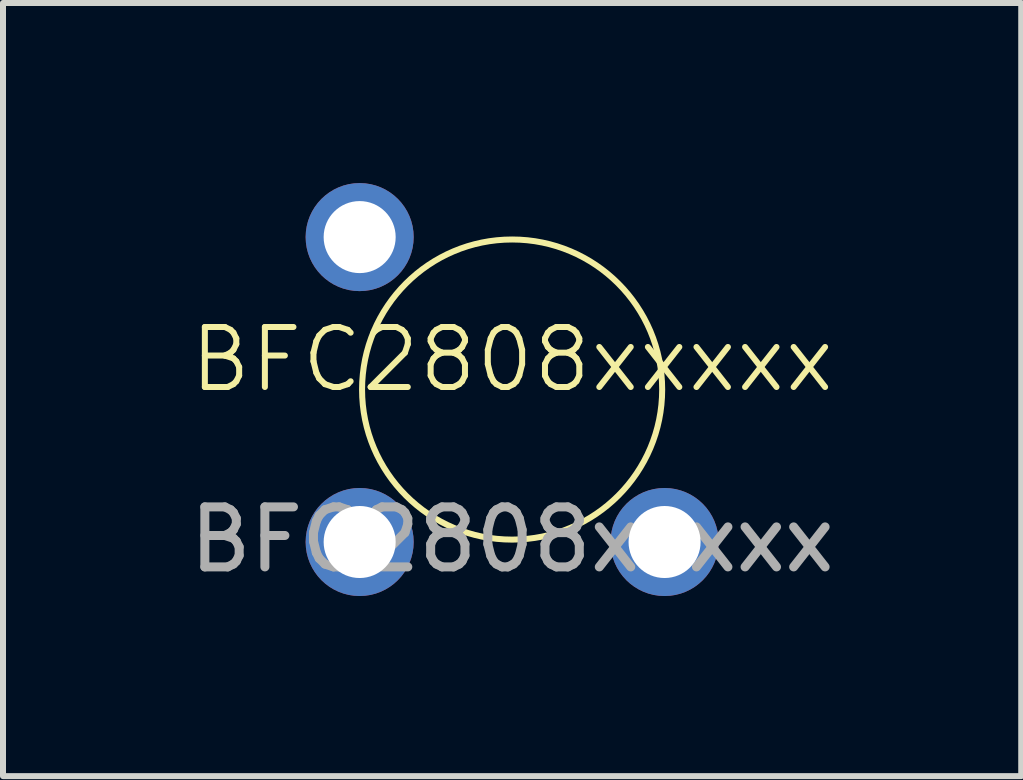
<source format=kicad_pcb>
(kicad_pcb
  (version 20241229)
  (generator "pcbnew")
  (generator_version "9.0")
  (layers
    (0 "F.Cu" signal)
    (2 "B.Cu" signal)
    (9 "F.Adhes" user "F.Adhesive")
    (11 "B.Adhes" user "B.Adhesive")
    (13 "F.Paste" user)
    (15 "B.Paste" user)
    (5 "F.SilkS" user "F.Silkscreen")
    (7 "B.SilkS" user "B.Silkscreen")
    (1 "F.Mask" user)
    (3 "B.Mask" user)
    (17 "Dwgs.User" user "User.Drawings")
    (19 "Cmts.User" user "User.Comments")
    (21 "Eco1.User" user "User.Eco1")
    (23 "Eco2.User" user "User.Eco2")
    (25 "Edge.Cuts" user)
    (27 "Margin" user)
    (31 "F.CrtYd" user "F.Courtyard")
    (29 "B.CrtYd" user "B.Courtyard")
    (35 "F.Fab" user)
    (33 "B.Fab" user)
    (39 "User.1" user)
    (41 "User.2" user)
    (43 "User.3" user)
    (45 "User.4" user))
  (footprint "BFC2808xxxxx"
    (layer "F.Cu")
    (at 5.482 3.44)
    (property "Reference" "BFC2808xxxxx" (at 0 -0.5 0) (unlocked yes) (layer "F.SilkS") (effects (font (size 1 1) (thickness 0.1))))
    (attr through_hole)
    (fp_circle (center 0 0) (end 2.5 0) (stroke (width 0.1) (type default)) (fill no) (layer "F.SilkS"))
    (fp_text user "${REFERENCE}" (at 0 2.5 0) (unlocked yes) (layer "F.Fab") (effects (font (size 1 1) (thickness 0.15))))
    (pad "1" thru_hole circle (at -2.54 -2.54) (size 1.8 1.8) (drill 1.2) (layers "*.Cu" "*.Mask"))
    (pad "1" thru_hole circle (at 2.54 2.54) (size 1.8 1.8) (drill 1.2) (layers "*.Cu" "*.Mask"))
    (pad "2" thru_hole circle (at -2.54 2.54) (size 1.8 1.8) (drill 1.2) (layers "*.Cu" "*.Mask")))
  (gr_rect
    (start -3 -3)
    (end 13.964 9.88)
    (stroke (width 0.1) (type default))
    (fill no)
    (layer "Edge.Cuts")))
</source>
